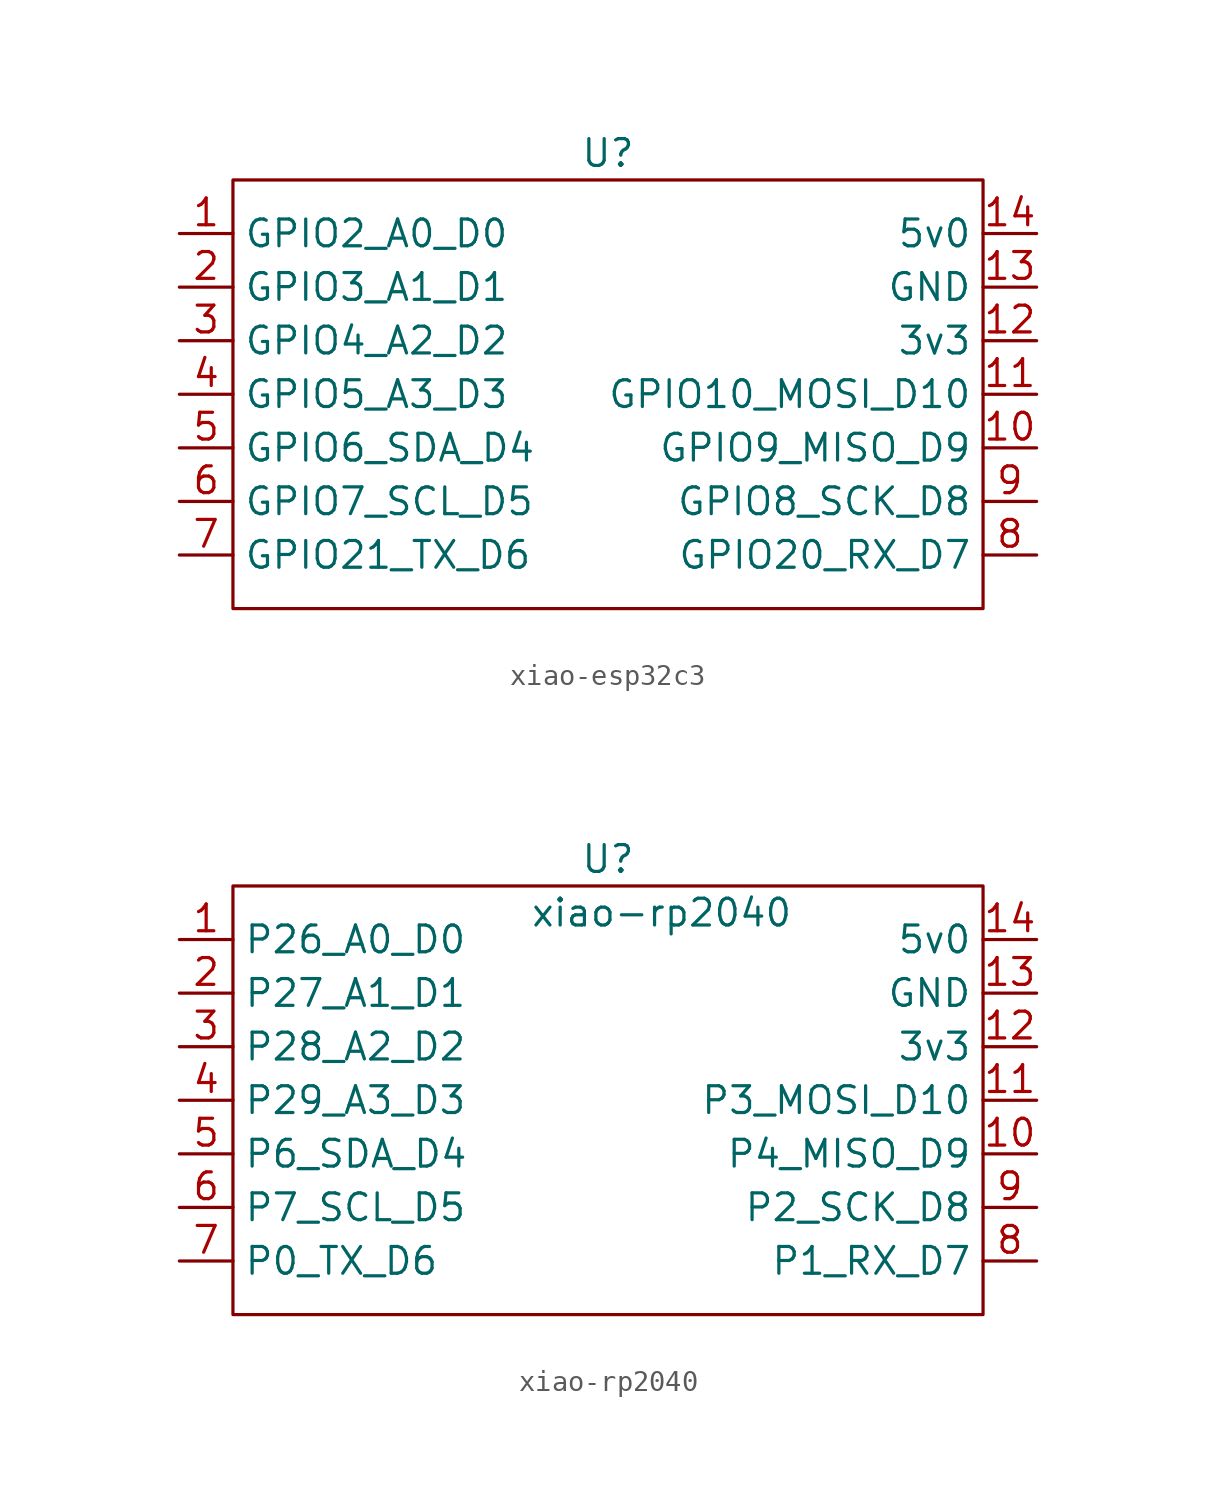
<source format=kicad_sym>
(kicad_symbol_lib
  (version 20220914)
  (generator kicad_symbol_editor)
  (symbol "xiao-esp32c3"
    (property "Reference" "U"
      (at 0 1.27 0)
      (effects (font (size 1.27 1.27))))
    (property "Value" ""
      (at 0 0 0)
      (effects (font (size 1.27 1.27))))
    (symbol "xiao-esp32c3_0_1"
      (rectangle (start -17.78 0) (end 17.78 -20.32) (stroke (width 0) (type default)) (fill (type none))))
    (symbol "xiao-esp32c3_1_1"
      (pin bidirectional line (at -20.32 -2.54 0) (length 2.54) (name "GPIO2_A0_D0" (effects (font (size 1.27 1.27)))) (number "1" (effects (font (size 1.27 1.27)))))
      (pin bidirectional line (at 20.32 -12.7 180) (length 2.54) (name "GPIO9_MISO_D9" (effects (font (size 1.27 1.27)))) (number "10" (effects (font (size 1.27 1.27)))))
      (pin bidirectional line (at 20.32 -10.16 180) (length 2.54) (name "GPIO10_MOSI_D10" (effects (font (size 1.27 1.27)))) (number "11" (effects (font (size 1.27 1.27)))))
      (pin power_in line (at 20.32 -7.62 180) (length 2.54) (name "3v3" (effects (font (size 1.27 1.27)))) (number "12" (effects (font (size 1.27 1.27)))))
      (pin power_in line (at 20.32 -5.08 180) (length 2.54) (name "GND" (effects (font (size 1.27 1.27)))) (number "13" (effects (font (size 1.27 1.27)))))
      (pin power_in line (at 20.32 -2.54 180) (length 2.54) (name "5v0" (effects (font (size 1.27 1.27)))) (number "14" (effects (font (size 1.27 1.27)))))
      (pin bidirectional line (at -20.32 -5.08 0) (length 2.54) (name "GPIO3_A1_D1" (effects (font (size 1.27 1.27)))) (number "2" (effects (font (size 1.27 1.27)))))
      (pin bidirectional line (at -20.32 -7.62 0) (length 2.54) (name "GPIO4_A2_D2" (effects (font (size 1.27 1.27)))) (number "3" (effects (font (size 1.27 1.27)))))
      (pin bidirectional line (at -20.32 -10.16 0) (length 2.54) (name "GPIO5_A3_D3" (effects (font (size 1.27 1.27)))) (number "4" (effects (font (size 1.27 1.27)))))
      (pin bidirectional line (at -20.32 -12.7 0) (length 2.54) (name "GPIO6_SDA_D4" (effects (font (size 1.27 1.27)))) (number "5" (effects (font (size 1.27 1.27)))))
      (pin bidirectional line (at -20.32 -15.24 0) (length 2.54) (name "GPIO7_SCL_D5" (effects (font (size 1.27 1.27)))) (number "6" (effects (font (size 1.27 1.27)))))
      (pin bidirectional line (at -20.32 -17.78 0) (length 2.54) (name "GPIO21_TX_D6" (effects (font (size 1.27 1.27)))) (number "7" (effects (font (size 1.27 1.27)))))
      (pin bidirectional line (at 20.32 -17.78 180) (length 2.54) (name "GPIO20_RX_D7" (effects (font (size 1.27 1.27)))) (number "8" (effects (font (size 1.27 1.27)))))
      (pin bidirectional line (at 20.32 -15.24 180) (length 2.54) (name "GPIO8_SCK_D8" (effects (font (size 1.27 1.27)))) (number "9" (effects (font (size 1.27 1.27)))))))
  (symbol "xiao-rp2040"
    (property "Reference" "U"
      (at 0 1.27 0)
      (effects (font (size 1.27 1.27))))
    (property "Value" "xiao-rp2040"
      (at 2.54 -1.27 0)
      (effects (font (size 1.27 1.27))))
    (symbol "xiao-rp2040_0_1"
      (rectangle (start -17.78 0) (end 17.78 -20.32) (stroke (width 0) (type default)) (fill (type none))))
    (symbol "xiao-rp2040_1_1"
      (pin bidirectional line (at -20.32 -2.54 0) (length 2.54) (name "P26_A0_D0" (effects (font (size 1.27 1.27)))) (number "1" (effects (font (size 1.27 1.27)))))
      (pin bidirectional line (at 20.32 -12.7 180) (length 2.54) (name "P4_MISO_D9" (effects (font (size 1.27 1.27)))) (number "10" (effects (font (size 1.27 1.27)))))
      (pin bidirectional line (at 20.32 -10.16 180) (length 2.54) (name "P3_MOSI_D10" (effects (font (size 1.27 1.27)))) (number "11" (effects (font (size 1.27 1.27)))))
      (pin power_in line (at 20.32 -7.62 180) (length 2.54) (name "3v3" (effects (font (size 1.27 1.27)))) (number "12" (effects (font (size 1.27 1.27)))))
      (pin power_in line (at 20.32 -5.08 180) (length 2.54) (name "GND" (effects (font (size 1.27 1.27)))) (number "13" (effects (font (size 1.27 1.27)))))
      (pin power_in line (at 20.32 -2.54 180) (length 2.54) (name "5v0" (effects (font (size 1.27 1.27)))) (number "14" (effects (font (size 1.27 1.27)))))
      (pin bidirectional line (at -20.32 -5.08 0) (length 2.54) (name "P27_A1_D1" (effects (font (size 1.27 1.27)))) (number "2" (effects (font (size 1.27 1.27)))))
      (pin bidirectional line (at -20.32 -7.62 0) (length 2.54) (name "P28_A2_D2" (effects (font (size 1.27 1.27)))) (number "3" (effects (font (size 1.27 1.27)))))
      (pin bidirectional line (at -20.32 -10.16 0) (length 2.54) (name "P29_A3_D3" (effects (font (size 1.27 1.27)))) (number "4" (effects (font (size 1.27 1.27)))))
      (pin bidirectional line (at -20.32 -12.7 0) (length 2.54) (name "P6_SDA_D4" (effects (font (size 1.27 1.27)))) (number "5" (effects (font (size 1.27 1.27)))))
      (pin bidirectional line (at -20.32 -15.24 0) (length 2.54) (name "P7_SCL_D5" (effects (font (size 1.27 1.27)))) (number "6" (effects (font (size 1.27 1.27)))))
      (pin bidirectional line (at -20.32 -17.78 0) (length 2.54) (name "P0_TX_D6" (effects (font (size 1.27 1.27)))) (number "7" (effects (font (size 1.27 1.27)))))
      (pin bidirectional line (at 20.32 -17.78 180) (length 2.54) (name "P1_RX_D7" (effects (font (size 1.27 1.27)))) (number "8" (effects (font (size 1.27 1.27)))))
      (pin bidirectional line (at 20.32 -15.24 180) (length 2.54) (name "P2_SCK_D8" (effects (font (size 1.27 1.27)))) (number "9" (effects (font (size 1.27 1.27))))))))
</source>
